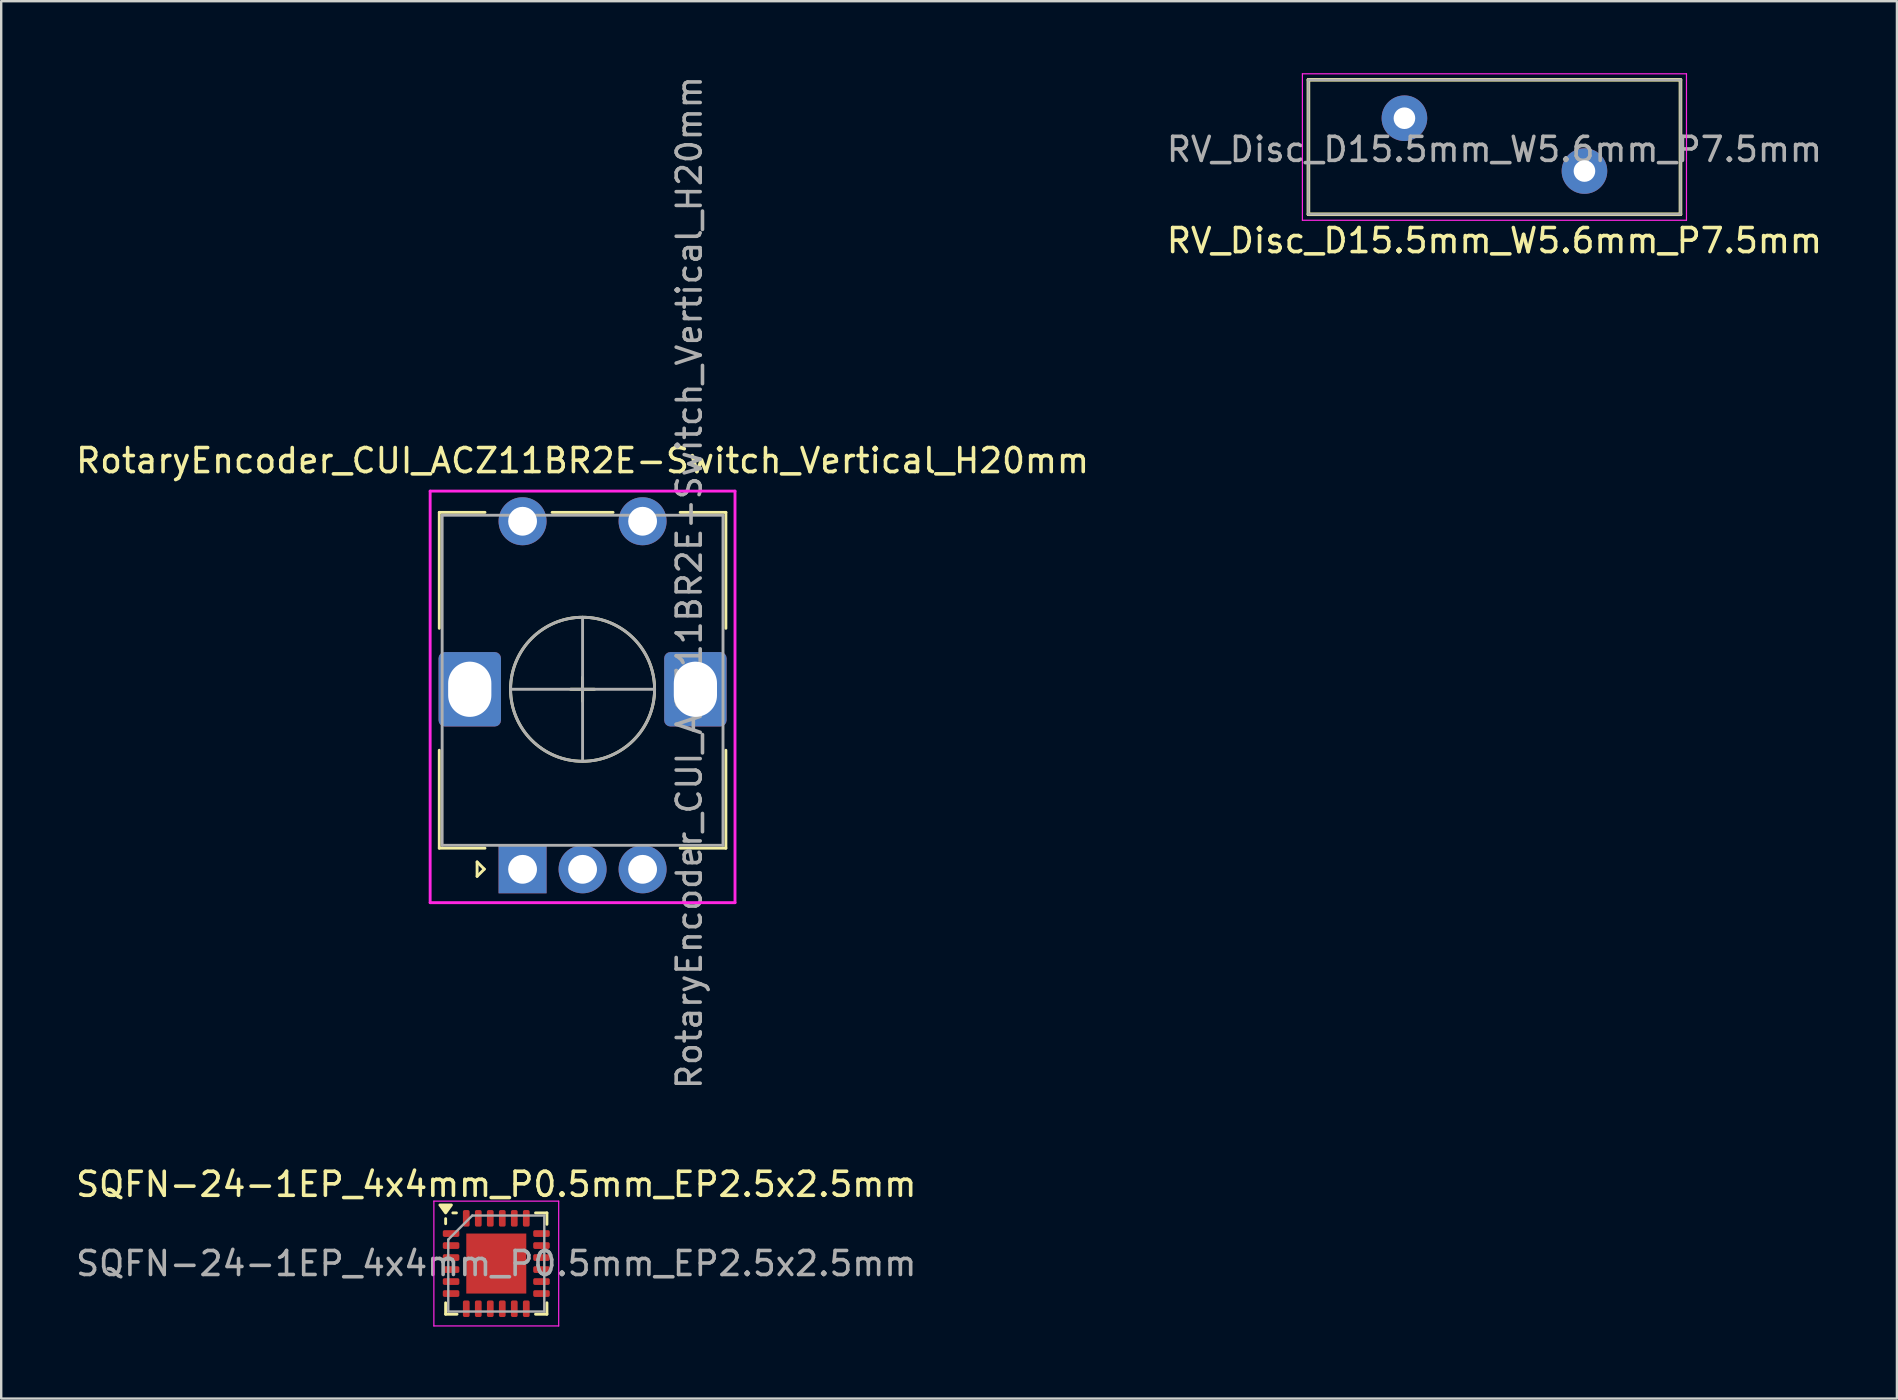
<source format=kicad_pcb>
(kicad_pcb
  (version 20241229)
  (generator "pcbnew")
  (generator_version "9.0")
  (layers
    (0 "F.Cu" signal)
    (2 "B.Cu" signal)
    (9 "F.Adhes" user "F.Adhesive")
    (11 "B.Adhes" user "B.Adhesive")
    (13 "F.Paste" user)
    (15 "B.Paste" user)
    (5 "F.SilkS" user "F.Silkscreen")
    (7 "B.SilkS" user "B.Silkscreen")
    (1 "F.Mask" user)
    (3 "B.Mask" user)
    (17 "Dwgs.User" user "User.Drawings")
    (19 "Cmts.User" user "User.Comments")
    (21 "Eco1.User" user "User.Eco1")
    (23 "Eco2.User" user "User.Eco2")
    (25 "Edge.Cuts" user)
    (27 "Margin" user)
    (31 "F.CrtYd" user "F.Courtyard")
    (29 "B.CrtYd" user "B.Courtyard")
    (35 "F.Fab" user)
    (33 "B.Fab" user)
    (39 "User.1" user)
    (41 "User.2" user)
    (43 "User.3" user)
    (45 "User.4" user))
  (footprint "RotaryEncoder_CUI_ACZ11BR2E-Switch_Vertical_H20mm"
    (layer "F.Cu")
    (at 21.22 25.665)
    (property "Reference" "RotaryEncoder_CUI_ACZ11BR2E-Switch_Vertical_H20mm" (at 0 -9.525 0) (layer "F.SilkS") (effects (font (size 1 1) (thickness 0.15))))
    (attr through_hole)
    (fp_line (start -5.97 -2.54) (end -5.97 -7.37) (stroke (width 0.12) (type solid)) (layer "F.SilkS"))
    (fp_line (start -5.97 2.54) (end -5.97 6.62) (stroke (width 0.12) (type solid)) (layer "F.SilkS"))
    (fp_line (start -5.97 6.62) (end -4.066 6.62) (stroke (width 0.12) (type solid)) (layer "F.SilkS"))
    (fp_line (start -5.969 -7.37) (end -4.065 -7.37) (stroke (width 0.12) (type solid)) (layer "F.SilkS"))
    (fp_line (start -4.394 7.193) (end -4.094 7.493) (stroke (width 0.12) (type solid)) (layer "F.SilkS"))
    (fp_line (start -4.394 7.793) (end -4.394 7.193) (stroke (width 0.12) (type solid)) (layer "F.SilkS"))
    (fp_line (start -4.094 7.493) (end -4.394 7.793) (stroke (width 0.12) (type solid)) (layer "F.SilkS"))
    (fp_line (start -1.27 -7.37) (end 1.27 -7.37) (stroke (width 0.12) (type solid)) (layer "F.SilkS"))
    (fp_line (start -0.5 0) (end 0.5 0) (stroke (width 0.12) (type solid)) (layer "F.SilkS"))
    (fp_line (start 0 -0.5) (end 0 0.5) (stroke (width 0.12) (type solid)) (layer "F.SilkS"))
    (fp_line (start 4.065 -7.37) (end 5.97 -7.37) (stroke (width 0.12) (type solid)) (layer "F.SilkS"))
    (fp_line (start 4.065 6.62) (end 5.97 6.62) (stroke (width 0.12) (type solid)) (layer "F.SilkS"))
    (fp_line (start 5.97 -7.37) (end 5.97 -2.54) (stroke (width 0.12) (type solid)) (layer "F.SilkS"))
    (fp_line (start 5.97 2.54) (end 5.97 6.62) (stroke (width 0.12) (type solid)) (layer "F.SilkS"))
    (fp_circle (center 0 0) (end 3 0) (stroke (width 0.12) (type solid)) (fill no) (layer "F.SilkS"))
    (fp_line (start -6.35 -8.255) (end 6.35 -8.255) (stroke (width 0.12) (type solid)) (layer "F.CrtYd"))
    (fp_line (start -6.35 8.89) (end -6.35 -8.255) (stroke (width 0.12) (type solid)) (layer "F.CrtYd"))
    (fp_line (start 6.35 -8.255) (end 6.35 8.89) (stroke (width 0.12) (type solid)) (layer "F.CrtYd"))
    (fp_line (start 6.35 8.89) (end -6.35 8.89) (stroke (width 0.12) (type solid)) (layer "F.CrtYd"))
    (fp_line (start -5.85 -7.25) (end -5.85 6.5) (stroke (width 0.12) (type solid)) (layer "F.Fab"))
    (fp_line (start -5.85 -7.25) (end 5.85 -7.25) (stroke (width 0.12) (type solid)) (layer "F.Fab"))
    (fp_line (start -3 0) (end 3 0) (stroke (width 0.12) (type solid)) (layer "F.Fab"))
    (fp_line (start 0 -3) (end 0 3) (stroke (width 0.12) (type solid)) (layer "F.Fab"))
    (fp_line (start 5.85 -7.25) (end 5.85 6.5) (stroke (width 0.12) (type solid)) (layer "F.Fab"))
    (fp_line (start 5.85 6.5) (end -5.85 6.5) (stroke (width 0.12) (type solid)) (layer "F.Fab"))
    (fp_circle (center 0 0) (end 3 0) (stroke (width 0.12) (type solid)) (fill no) (layer "F.Fab"))
    (fp_text user "${REFERENCE}" (at 4.445 -4.445 90) (layer "F.Fab") (effects (font (size 1 1) (thickness 0.15))))
    (pad "A" thru_hole rect (at -2.5 7.5) (size 2 2) (drill 1.2) (layers "*.Cu" "*.Mask"))
    (pad "B" thru_hole circle (at 2.5 7.5) (size 2 2) (drill 1.2) (layers "*.Cu" "*.Mask"))
    (pad "C" thru_hole circle (at 0 7.5) (size 2 2) (drill 1.2) (layers "*.Cu" "*.Mask"))
    (pad "MP" thru_hole roundrect (at -4.7 0) (size 2.6 3.1) (drill oval 1.8 2.3) (layers "*.Cu" "*.Mask") (roundrect_rratio 0.1))
    (pad "MP" thru_hole roundrect (at 4.7 0) (size 2.6 3.1) (drill oval 1.8 2.3) (layers "*.Cu" "*.Mask") (roundrect_rratio 0.1))
    (pad "S1" thru_hole circle (at -2.5 -7) (size 2 2) (drill 1.2) (layers "*.Cu" "*.Mask"))
    (pad "S2" thru_hole circle (at 2.5 -7) (size 2 2) (drill 1.2) (layers "*.Cu" "*.Mask")))
  (footprint "RV_Disc_D15.5mm_W5.6mm_P7.5mm"
    (layer "F.Cu")
    (at 55.458 1.875)
    (property "Reference" "RV_Disc_D15.5mm_W5.6mm_P7.5mm" (at 3.75 5.1 0) (layer "F.SilkS") (effects (font (size 1 1) (thickness 0.15))))
    (attr through_hole)
    (fp_line (start -4 -1.6) (end -4 4) (stroke (width 0.15) (type solid)) (layer "F.SilkS"))
    (fp_line (start -4 -1.6) (end 11.5 -1.6) (stroke (width 0.15) (type solid)) (layer "F.SilkS"))
    (fp_line (start -4 4) (end 11.5 4) (stroke (width 0.15) (type solid)) (layer "F.SilkS"))
    (fp_line (start 11.5 -1.6) (end 11.5 4) (stroke (width 0.15) (type solid)) (layer "F.SilkS"))
    (fp_line (start -4.25 -1.85) (end -4.25 4.25) (stroke (width 0.05) (type solid)) (layer "F.CrtYd"))
    (fp_line (start -4.25 -1.85) (end 11.75 -1.85) (stroke (width 0.05) (type solid)) (layer "F.CrtYd"))
    (fp_line (start -4.25 4.25) (end 11.75 4.25) (stroke (width 0.05) (type solid)) (layer "F.CrtYd"))
    (fp_line (start 11.75 -1.85) (end 11.75 4.25) (stroke (width 0.05) (type solid)) (layer "F.CrtYd"))
    (fp_line (start -4 -1.6) (end -4 4) (stroke (width 0.1) (type solid)) (layer "F.Fab"))
    (fp_line (start -4 -1.6) (end 11.5 -1.6) (stroke (width 0.1) (type solid)) (layer "F.Fab"))
    (fp_line (start -4 4) (end 11.5 4) (stroke (width 0.1) (type solid)) (layer "F.Fab"))
    (fp_line (start 11.5 -1.6) (end 11.5 4) (stroke (width 0.1) (type solid)) (layer "F.Fab"))
    (fp_text user "${REFERENCE}" (at 3.75 1.3 0) (layer "F.Fab") (effects (font (size 1 1) (thickness 0.15))))
    (pad "1" thru_hole circle (at 0 0) (size 1.9 1.9) (drill 0.9) (layers "*.Cu" "*.Mask"))
    (pad "2" thru_hole circle (at 7.5 2.2) (size 1.9 1.9) (drill 0.9) (layers "*.Cu" "*.Mask")))
  (footprint "SQFN-24-1EP_4x4mm_P0.5mm_EP2.5x2.5mm"
    (layer "F.Cu")
    (at 17.625 49.589)
    (property "Reference" "SQFN-24-1EP_4x4mm_P0.5mm_EP2.5x2.5mm" (at 0 -3.3 0) (layer "F.SilkS") (effects (font (size 1 1) (thickness 0.15))))
    (attr smd)
    (fp_line (start -2.11 -1.66) (end -2.11 -1.87) (stroke (width 0.12) (type solid)) (layer "F.SilkS"))
    (fp_line (start -2.11 2.11) (end -2.11 1.635) (stroke (width 0.12) (type solid)) (layer "F.SilkS"))
    (fp_line (start -1.66 -2.11) (end -1.81 -2.11) (stroke (width 0.12) (type solid)) (layer "F.SilkS"))
    (fp_line (start -1.635 2.11) (end -2.11 2.11) (stroke (width 0.12) (type solid)) (layer "F.SilkS"))
    (fp_line (start 1.635 -2.11) (end 2.11 -2.11) (stroke (width 0.12) (type solid)) (layer "F.SilkS"))
    (fp_line (start 1.635 2.11) (end 2.11 2.11) (stroke (width 0.12) (type solid)) (layer "F.SilkS"))
    (fp_line (start 2.11 -2.11) (end 2.11 -1.635) (stroke (width 0.12) (type solid)) (layer "F.SilkS"))
    (fp_line (start 2.11 2.11) (end 2.11 1.635) (stroke (width 0.12) (type solid)) (layer "F.SilkS"))
    (fp_poly (pts (xy -2.11 -2.11) (xy -2.35 -2.44) (xy -1.87 -2.44) (xy -2.11 -2.11)) (stroke (width 0.12) (type solid)) (fill yes) (layer "F.SilkS"))
    (fp_line (start -2.6 -2.6) (end -2.6 2.6) (stroke (width 0.05) (type solid)) (layer "F.CrtYd"))
    (fp_line (start -2.6 2.6) (end 2.6 2.6) (stroke (width 0.05) (type solid)) (layer "F.CrtYd"))
    (fp_line (start 2.6 -2.6) (end -2.6 -2.6) (stroke (width 0.05) (type solid)) (layer "F.CrtYd"))
    (fp_line (start 2.6 2.6) (end 2.6 -2.6) (stroke (width 0.05) (type solid)) (layer "F.CrtYd"))
    (fp_line (start -2 -1) (end -1 -2) (stroke (width 0.1) (type solid)) (layer "F.Fab"))
    (fp_line (start -2 2) (end -2 -1) (stroke (width 0.1) (type solid)) (layer "F.Fab"))
    (fp_line (start -1 -2) (end 2 -2) (stroke (width 0.1) (type solid)) (layer "F.Fab"))
    (fp_line (start 2 -2) (end 2 2) (stroke (width 0.1) (type solid)) (layer "F.Fab"))
    (fp_line (start 2 2) (end -2 2) (stroke (width 0.1) (type solid)) (layer "F.Fab"))
    (fp_text user "${REFERENCE}" (at 0 0 0) (layer "F.Fab") (effects (font (size 1 1) (thickness 0.15))))
    (pad "" smd roundrect (at -0.65 -0.65) (size 1.05 1.05) (layers "F.Paste") (roundrect_rratio 0.238))
    (pad "" smd roundrect (at -0.65 0.65) (size 1.05 1.05) (layers "F.Paste") (roundrect_rratio 0.238))
    (pad "" smd roundrect (at 0.65 -0.65) (size 1.05 1.05) (layers "F.Paste") (roundrect_rratio 0.238))
    (pad "" smd roundrect (at 0.65 0.65) (size 1.05 1.05) (layers "F.Paste") (roundrect_rratio 0.238))
    (pad "1" smd roundrect (at -1.883 -1.25) (size 0.69 0.28) (layers "F.Cu" "F.Mask" "F.Paste") (roundrect_rratio 0.25))
    (pad "2" smd roundrect (at -1.883 -0.75) (size 0.69 0.28) (layers "F.Cu" "F.Mask" "F.Paste") (roundrect_rratio 0.25))
    (pad "3" smd roundrect (at -1.883 -0.25) (size 0.69 0.28) (layers "F.Cu" "F.Mask" "F.Paste") (roundrect_rratio 0.25))
    (pad "4" smd roundrect (at -1.883 0.25) (size 0.69 0.28) (layers "F.Cu" "F.Mask" "F.Paste") (roundrect_rratio 0.25))
    (pad "5" smd roundrect (at -1.883 0.75) (size 0.69 0.28) (layers "F.Cu" "F.Mask" "F.Paste") (roundrect_rratio 0.25))
    (pad "6" smd roundrect (at -1.883 1.25) (size 0.69 0.28) (layers "F.Cu" "F.Mask" "F.Paste") (roundrect_rratio 0.25))
    (pad "7" smd roundrect (at -1.25 1.883) (size 0.28 0.69) (layers "F.Cu" "F.Mask" "F.Paste") (roundrect_rratio 0.25))
    (pad "8" smd roundrect (at -0.75 1.883) (size 0.28 0.69) (layers "F.Cu" "F.Mask" "F.Paste") (roundrect_rratio 0.25))
    (pad "9" smd roundrect (at -0.25 1.883) (size 0.28 0.69) (layers "F.Cu" "F.Mask" "F.Paste") (roundrect_rratio 0.25))
    (pad "10" smd roundrect (at 0.25 1.883) (size 0.28 0.69) (layers "F.Cu" "F.Mask" "F.Paste") (roundrect_rratio 0.25))
    (pad "11" smd roundrect (at 0.75 1.883) (size 0.28 0.69) (layers "F.Cu" "F.Mask" "F.Paste") (roundrect_rratio 0.25))
    (pad "12" smd roundrect (at 1.25 1.883) (size 0.28 0.69) (layers "F.Cu" "F.Mask" "F.Paste") (roundrect_rratio 0.25))
    (pad "13" smd roundrect (at 1.883 1.25) (size 0.69 0.28) (layers "F.Cu" "F.Mask" "F.Paste") (roundrect_rratio 0.25))
    (pad "14" smd roundrect (at 1.883 0.75) (size 0.69 0.28) (layers "F.Cu" "F.Mask" "F.Paste") (roundrect_rratio 0.25))
    (pad "15" smd roundrect (at 1.883 0.25) (size 0.69 0.28) (layers "F.Cu" "F.Mask" "F.Paste") (roundrect_rratio 0.25))
    (pad "16" smd roundrect (at 1.883 -0.25) (size 0.69 0.28) (layers "F.Cu" "F.Mask" "F.Paste") (roundrect_rratio 0.25))
    (pad "17" smd roundrect (at 1.883 -0.75) (size 0.69 0.28) (layers "F.Cu" "F.Mask" "F.Paste") (roundrect_rratio 0.25))
    (pad "18" smd roundrect (at 1.883 -1.25) (size 0.69 0.28) (layers "F.Cu" "F.Mask" "F.Paste") (roundrect_rratio 0.25))
    (pad "19" smd roundrect (at 1.25 -1.883) (size 0.28 0.69) (layers "F.Cu" "F.Mask" "F.Paste") (roundrect_rratio 0.25))
    (pad "20" smd roundrect (at 0.75 -1.883) (size 0.28 0.69) (layers "F.Cu" "F.Mask" "F.Paste") (roundrect_rratio 0.25))
    (pad "21" smd roundrect (at 0.25 -1.883) (size 0.28 0.69) (layers "F.Cu" "F.Mask" "F.Paste") (roundrect_rratio 0.25))
    (pad "22" smd roundrect (at -0.25 -1.883) (size 0.28 0.69) (layers "F.Cu" "F.Mask" "F.Paste") (roundrect_rratio 0.25))
    (pad "23" smd roundrect (at -0.75 -1.883) (size 0.28 0.69) (layers "F.Cu" "F.Mask" "F.Paste") (roundrect_rratio 0.25))
    (pad "24" smd roundrect (at -1.25 -1.883) (size 0.28 0.69) (layers "F.Cu" "F.Mask" "F.Paste") (roundrect_rratio 0.25))
    (pad "25" smd rect (at 0 0) (size 2.5 2.5) (layers "F.Cu" "F.Mask")))
  (gr_rect
    (start -3 -3)
    (end 75.976 55.214)
    (stroke (width 0.1) (type default))
    (fill no)
    (layer "Edge.Cuts")))
</source>
